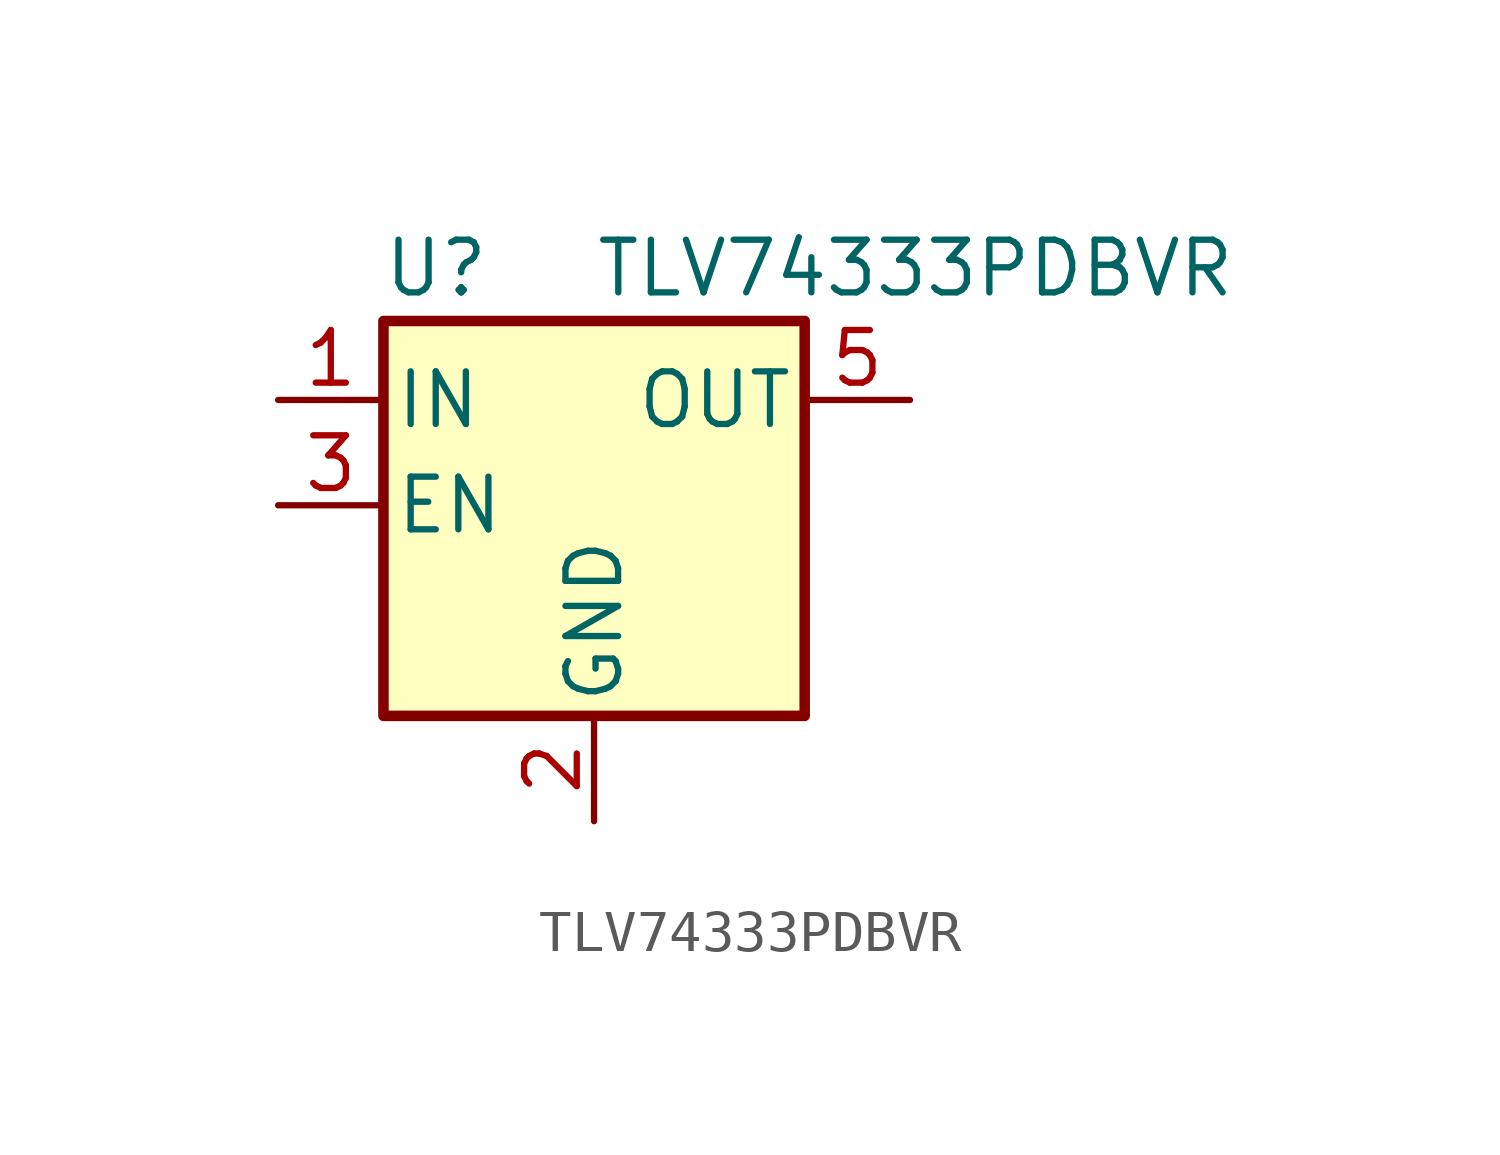
<source format=kicad_sym>
(kicad_symbol_lib
  (version 20241209)
  (generator "kicad_symbol_editor")
  (generator_version "9.0")
  (symbol "TLV74333PDBVR"
    (pin_names
      (offset 0.254))
    (property "Reference" "U"
      (at -3.81 5.715 0)
      (effects (font (size 1.27 1.27))))
    (property "Value" "TLV74333PDBVR"
      (at 0 5.715 0)
      (effects (font (size 1.27 1.27)) (justify left)))
    (symbol "TLV74333PDBVR_0_1"
      (rectangle (start -5.08 4.445) (end 5.08 -5.08) (stroke (width 0.254) (type default)) (fill (type background))))
    (symbol "TLV74333PDBVR_1_1"
      (pin power_in line (at -7.62 2.54 0) (length 2.54) (name "IN" (effects (font (size 1.27 1.27)))) (number "1" (effects (font (size 1.27 1.27)))))
      (pin input line (at -7.62 0 0) (length 2.54) (name "EN" (effects (font (size 1.27 1.27)))) (number "3" (effects (font (size 1.27 1.27)))))
      (pin power_in line (at 0 -7.62 90) (length 2.54) (name "GND" (effects (font (size 1.27 1.27)))) (number "2" (effects (font (size 1.27 1.27)))))
      (pin no_connect line (at 5.08 0 180) (length 2.54) (hide yes) (name "NC" (effects (font (size 1.27 1.27)))) (number "4" (effects (font (size 1.27 1.27)))))
      (pin power_out line (at 7.62 2.54 180) (length 2.54) (name "OUT" (effects (font (size 1.27 1.27)))) (number "5" (effects (font (size 1.27 1.27))))))))
</source>
